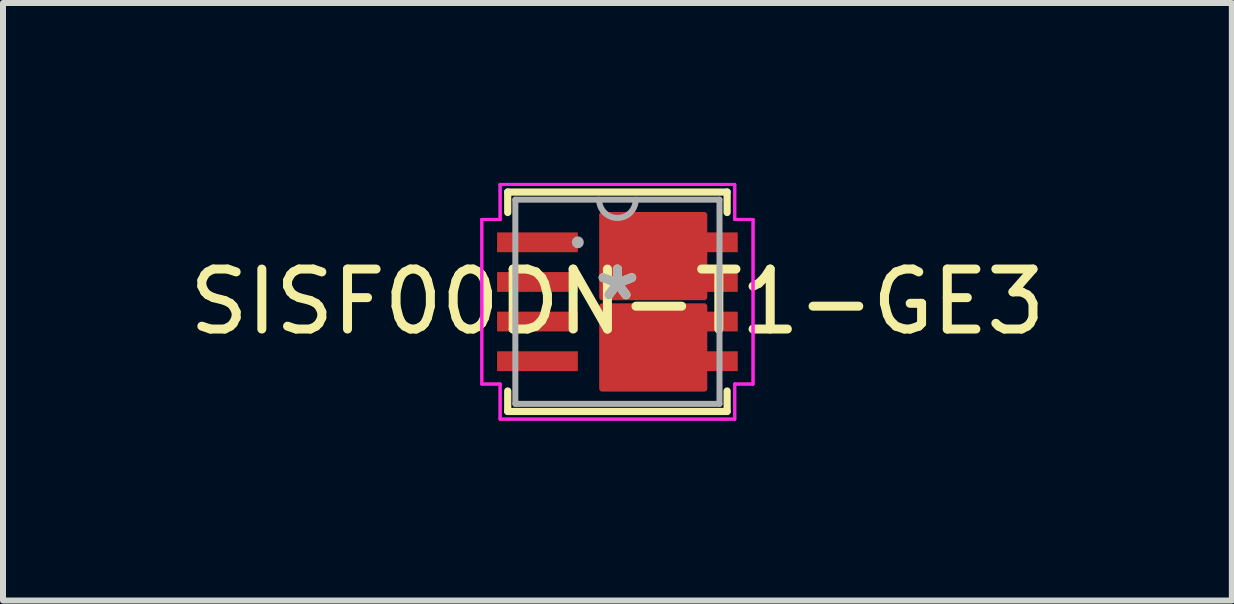
<source format=kicad_pcb>
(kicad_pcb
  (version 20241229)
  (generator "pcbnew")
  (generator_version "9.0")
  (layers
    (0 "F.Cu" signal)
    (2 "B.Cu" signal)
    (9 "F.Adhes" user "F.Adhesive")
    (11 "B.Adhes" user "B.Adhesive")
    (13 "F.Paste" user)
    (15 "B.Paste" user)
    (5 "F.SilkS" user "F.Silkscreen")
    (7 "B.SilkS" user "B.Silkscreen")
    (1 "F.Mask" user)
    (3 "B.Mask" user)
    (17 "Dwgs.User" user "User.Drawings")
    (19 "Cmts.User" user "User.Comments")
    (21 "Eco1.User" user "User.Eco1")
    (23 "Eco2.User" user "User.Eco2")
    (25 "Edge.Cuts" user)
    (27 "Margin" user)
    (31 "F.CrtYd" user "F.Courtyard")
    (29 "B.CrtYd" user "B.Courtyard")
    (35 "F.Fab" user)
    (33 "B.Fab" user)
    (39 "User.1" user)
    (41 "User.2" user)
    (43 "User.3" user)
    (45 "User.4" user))
  (footprint "SISF00DN-T1-GE3"
    (layer "F.Cu")
    (at 7.244 1.981)
    (property "Reference" "SISF00DN-T1-GE3" (at 0 0 0) (layer "F.SilkS") (effects (font (size 1 1) (thickness 0.15))))
    (attr through_hole)
    (fp_poly (pts (xy -0.254 -1.448) (xy 1.448 -1.448) (xy 1.448 -0.076) (xy -0.254 -0.076)) (stroke (width 0.1) (type solid)) (fill yes) (layer "F.Cu"))
    (fp_poly (pts (xy -0.254 1.448) (xy 1.448 1.448) (xy 1.448 0.076) (xy -0.254 0.076)) (stroke (width 0.1) (type solid)) (fill yes) (layer "F.Cu"))
    (fp_poly (pts (xy -0.254 -1.448) (xy 1.448 -1.448) (xy 1.448 -0.076) (xy -0.254 -0.076)) (stroke (width 0.1) (type solid)) (fill yes) (layer "F.Mask"))
    (fp_poly (pts (xy -0.254 1.448) (xy 1.448 1.448) (xy 1.448 0.076) (xy -0.254 0.076)) (stroke (width 0.1) (type solid)) (fill yes) (layer "F.Mask"))
    (fp_line (start -1.829 -1.829) (end -1.829 -1.488) (stroke (width 0.12) (type solid)) (layer "F.SilkS"))
    (fp_line (start -1.829 1.488) (end -1.829 1.829) (stroke (width 0.12) (type solid)) (layer "F.SilkS"))
    (fp_line (start -1.829 1.829) (end 1.829 1.829) (stroke (width 0.12) (type solid)) (layer "F.SilkS"))
    (fp_line (start 1.829 -1.829) (end -1.829 -1.829) (stroke (width 0.12) (type solid)) (layer "F.SilkS"))
    (fp_line (start 1.829 -1.488) (end 1.829 -1.829) (stroke (width 0.12) (type solid)) (layer "F.SilkS"))
    (fp_line (start 1.829 1.829) (end 1.829 1.488) (stroke (width 0.12) (type solid)) (layer "F.SilkS"))
    (fp_poly (pts (xy -0.254 -1.448) (xy 1.448 -1.448) (xy 1.448 -0.076) (xy -0.254 -0.076)) (stroke (width 0.1) (type solid)) (fill yes) (layer "F.Paste"))
    (fp_poly (pts (xy -0.254 1.448) (xy 1.448 1.448) (xy 1.448 0.076) (xy -0.254 0.076)) (stroke (width 0.1) (type solid)) (fill yes) (layer "F.Paste"))
    (fp_line (start -2.261 -1.372) (end -1.956 -1.372) (stroke (width 0.05) (type solid)) (layer "F.CrtYd"))
    (fp_line (start -2.261 -1.372) (end -1.956 -1.372) (stroke (width 0.05) (type solid)) (layer "F.CrtYd"))
    (fp_line (start -2.261 1.372) (end -2.261 -1.372) (stroke (width 0.05) (type solid)) (layer "F.CrtYd"))
    (fp_line (start -2.261 1.372) (end -2.261 -1.372) (stroke (width 0.05) (type solid)) (layer "F.CrtYd"))
    (fp_line (start -2.261 1.372) (end -1.956 1.372) (stroke (width 0.05) (type solid)) (layer "F.CrtYd"))
    (fp_line (start -1.956 -1.956) (end 1.956 -1.956) (stroke (width 0.05) (type solid)) (layer "F.CrtYd"))
    (fp_line (start -1.956 -1.956) (end 1.956 -1.956) (stroke (width 0.05) (type solid)) (layer "F.CrtYd"))
    (fp_line (start -1.956 -1.372) (end -1.956 -1.956) (stroke (width 0.05) (type solid)) (layer "F.CrtYd"))
    (fp_line (start -1.956 -1.372) (end -1.956 -1.956) (stroke (width 0.05) (type solid)) (layer "F.CrtYd"))
    (fp_line (start -1.956 1.372) (end -2.261 1.372) (stroke (width 0.05) (type solid)) (layer "F.CrtYd"))
    (fp_line (start -1.956 1.956) (end -1.956 1.372) (stroke (width 0.05) (type solid)) (layer "F.CrtYd"))
    (fp_line (start -1.956 1.956) (end -1.956 1.372) (stroke (width 0.05) (type solid)) (layer "F.CrtYd"))
    (fp_line (start 1.956 -1.956) (end 1.956 -1.372) (stroke (width 0.05) (type solid)) (layer "F.CrtYd"))
    (fp_line (start 1.956 -1.956) (end 1.956 -1.372) (stroke (width 0.05) (type solid)) (layer "F.CrtYd"))
    (fp_line (start 1.956 -1.372) (end 2.261 -1.372) (stroke (width 0.05) (type solid)) (layer "F.CrtYd"))
    (fp_line (start 1.956 1.372) (end 1.956 1.956) (stroke (width 0.05) (type solid)) (layer "F.CrtYd"))
    (fp_line (start 1.956 1.372) (end 1.956 1.956) (stroke (width 0.05) (type solid)) (layer "F.CrtYd"))
    (fp_line (start 1.956 1.956) (end -1.956 1.956) (stroke (width 0.05) (type solid)) (layer "F.CrtYd"))
    (fp_line (start 1.956 1.956) (end -1.956 1.956) (stroke (width 0.05) (type solid)) (layer "F.CrtYd"))
    (fp_line (start 2.261 -1.372) (end 1.956 -1.372) (stroke (width 0.05) (type solid)) (layer "F.CrtYd"))
    (fp_line (start 2.261 -1.372) (end 2.261 1.372) (stroke (width 0.05) (type solid)) (layer "F.CrtYd"))
    (fp_line (start 2.261 -1.372) (end 2.261 1.372) (stroke (width 0.05) (type solid)) (layer "F.CrtYd"))
    (fp_line (start 2.261 1.372) (end 1.956 1.372) (stroke (width 0.05) (type solid)) (layer "F.CrtYd"))
    (fp_line (start 2.261 1.372) (end 1.956 1.372) (stroke (width 0.05) (type solid)) (layer "F.CrtYd"))
    (fp_line (start -1.702 -1.702) (end -1.702 1.702) (stroke (width 0.1) (type solid)) (layer "F.Fab"))
    (fp_line (start -1.702 1.702) (end 1.702 1.702) (stroke (width 0.1) (type solid)) (layer "F.Fab"))
    (fp_line (start 1.702 -1.702) (end -1.702 -1.702) (stroke (width 0.1) (type solid)) (layer "F.Fab"))
    (fp_line (start 1.702 1.702) (end 1.702 -1.702) (stroke (width 0.1) (type solid)) (layer "F.Fab"))
    (fp_arc (start 0.3048 -1.7018) (mid 0 -1.397) (end -0.3048 -1.7018) (stroke (width 0.1) (type solid)) (layer "F.Fab"))
    (fp_circle (center -0.66 -0.991) (end -0.66 -0.991) (stroke (width 0.1) (type solid)) (fill no) (layer "F.Fab"))
    (fp_text user "*" (at 0 0 0) (layer "F.SilkS") (effects (font (size 1 1) (thickness 0.15))))
    (fp_text user "*" (at 0 0 0) (layer "F.Fab") (effects (font (size 1 1) (thickness 0.15))))
    (pad "1" smd rect (at -1.333 -0.991) (size 1.346 0.33) (layers "F.Cu" "F.Mask" "F.Paste"))
    (pad "2" smd rect (at -1.333 -0.33) (size 1.346 0.33) (layers "F.Cu" "F.Mask" "F.Paste"))
    (pad "3" smd rect (at -1.333 0.33) (size 1.346 0.33) (layers "F.Cu" "F.Mask" "F.Paste"))
    (pad "4" smd rect (at -1.333 0.991) (size 1.346 0.33) (layers "F.Cu" "F.Mask" "F.Paste"))
    (pad "5" smd rect (at 1.333 0.991) (size 1.346 0.33) (layers "F.Cu" "F.Mask" "F.Paste"))
    (pad "6" smd rect (at 1.333 0.33) (size 1.346 0.33) (layers "F.Cu" "F.Mask" "F.Paste"))
    (pad "7" smd rect (at 1.333 -0.33) (size 1.346 0.33) (layers "F.Cu" "F.Mask" "F.Paste"))
    (pad "8" smd rect (at 1.333 -0.991) (size 1.346 0.33) (layers "F.Cu" "F.Mask" "F.Paste")))
  (gr_rect
    (start -3 -3)
    (end 17.488 6.962)
    (stroke (width 0.1) (type default))
    (fill no)
    (layer "Edge.Cuts")))
</source>
